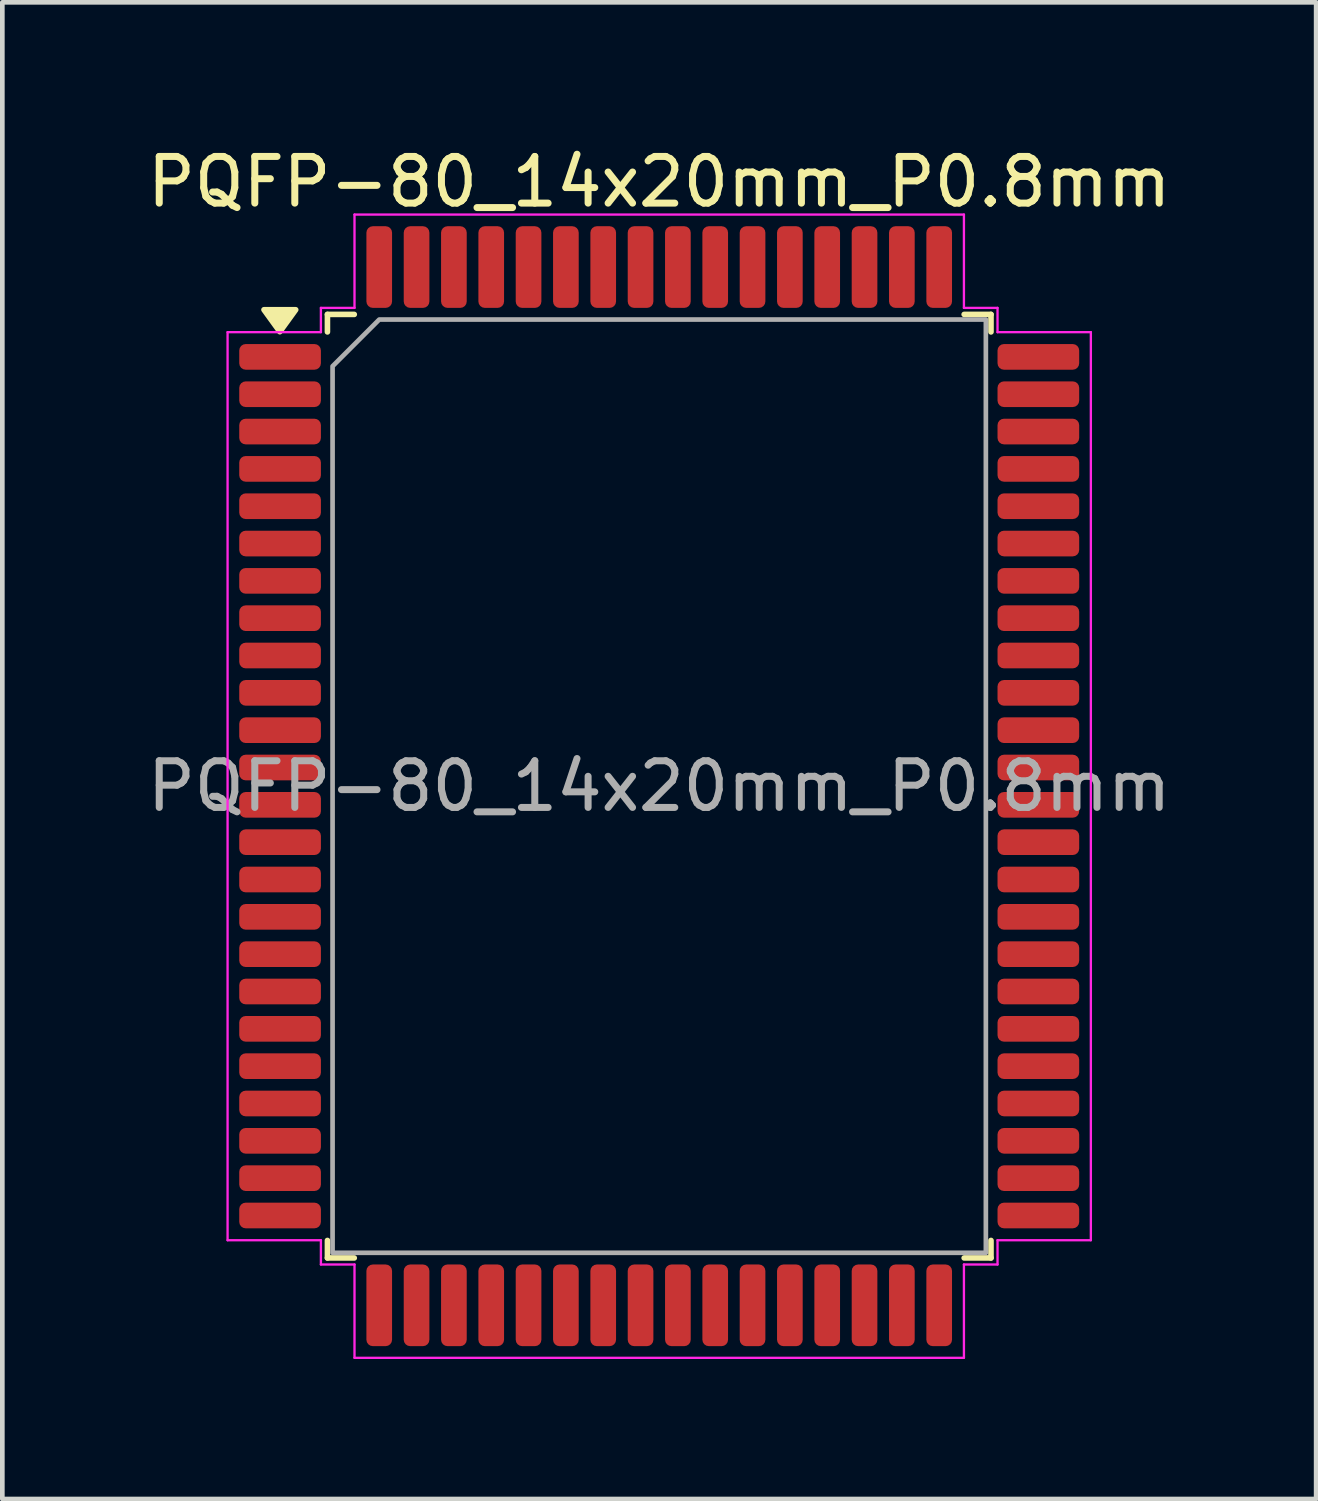
<source format=kicad_pcb>
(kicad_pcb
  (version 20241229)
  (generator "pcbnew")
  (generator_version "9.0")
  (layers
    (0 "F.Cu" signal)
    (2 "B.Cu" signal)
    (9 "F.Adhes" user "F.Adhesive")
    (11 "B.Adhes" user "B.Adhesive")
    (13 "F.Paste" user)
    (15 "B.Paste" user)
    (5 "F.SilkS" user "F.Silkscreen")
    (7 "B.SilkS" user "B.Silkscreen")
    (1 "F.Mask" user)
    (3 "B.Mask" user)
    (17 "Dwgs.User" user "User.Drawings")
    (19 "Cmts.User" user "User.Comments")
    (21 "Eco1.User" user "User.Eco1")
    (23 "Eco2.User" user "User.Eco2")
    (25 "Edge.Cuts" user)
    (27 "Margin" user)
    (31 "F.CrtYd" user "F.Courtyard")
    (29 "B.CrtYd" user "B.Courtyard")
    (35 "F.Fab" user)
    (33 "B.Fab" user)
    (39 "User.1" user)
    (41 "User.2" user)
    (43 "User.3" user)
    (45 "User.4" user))
  (footprint "PQFP-80_14x20mm_P0.8mm"
    (layer "F.Cu")
    (at 11.077 13.798)
    (property "Reference" "PQFP-80_14x20mm_P0.8mm" (at 0 -12.95 0) (layer "F.SilkS") (effects (font (size 1 1) (thickness 0.15))))
    (attr smd)
    (fp_line (start -7.11 -10.11) (end -6.535 -10.11) (stroke (width 0.12) (type solid)) (layer "F.SilkS"))
    (fp_line (start -7.11 -9.735) (end -7.11 -10.11) (stroke (width 0.12) (type solid)) (layer "F.SilkS"))
    (fp_line (start -7.11 10.11) (end -7.11 9.735) (stroke (width 0.12) (type solid)) (layer "F.SilkS"))
    (fp_line (start -6.535 10.11) (end -7.11 10.11) (stroke (width 0.12) (type solid)) (layer "F.SilkS"))
    (fp_line (start 6.535 -10.11) (end 7.11 -10.11) (stroke (width 0.12) (type solid)) (layer "F.SilkS"))
    (fp_line (start 7.11 -10.11) (end 7.11 -9.735) (stroke (width 0.12) (type solid)) (layer "F.SilkS"))
    (fp_line (start 7.11 9.735) (end 7.11 10.11) (stroke (width 0.12) (type solid)) (layer "F.SilkS"))
    (fp_line (start 7.11 10.11) (end 6.535 10.11) (stroke (width 0.12) (type solid)) (layer "F.SilkS"))
    (fp_poly (pts (xy -8.13 -9.74) (xy -8.47 -10.21) (xy -7.79 -10.21)) (stroke (width 0.12) (type solid)) (fill yes) (layer "F.SilkS"))
    (fp_line (start -9.25 -9.73) (end -7.25 -9.73) (stroke (width 0.05) (type solid)) (layer "F.CrtYd"))
    (fp_line (start -9.25 9.73) (end -9.25 -9.73) (stroke (width 0.05) (type solid)) (layer "F.CrtYd"))
    (fp_line (start -7.25 -10.25) (end -6.53 -10.25) (stroke (width 0.05) (type solid)) (layer "F.CrtYd"))
    (fp_line (start -7.25 -9.73) (end -7.25 -10.25) (stroke (width 0.05) (type solid)) (layer "F.CrtYd"))
    (fp_line (start -7.25 9.73) (end -9.25 9.73) (stroke (width 0.05) (type solid)) (layer "F.CrtYd"))
    (fp_line (start -7.25 10.25) (end -7.25 9.73) (stroke (width 0.05) (type solid)) (layer "F.CrtYd"))
    (fp_line (start -6.53 -12.25) (end 6.53 -12.25) (stroke (width 0.05) (type solid)) (layer "F.CrtYd"))
    (fp_line (start -6.53 -10.25) (end -6.53 -12.25) (stroke (width 0.05) (type solid)) (layer "F.CrtYd"))
    (fp_line (start -6.53 10.25) (end -7.25 10.25) (stroke (width 0.05) (type solid)) (layer "F.CrtYd"))
    (fp_line (start -6.53 12.25) (end -6.53 10.25) (stroke (width 0.05) (type solid)) (layer "F.CrtYd"))
    (fp_line (start 6.53 -12.25) (end 6.53 -10.25) (stroke (width 0.05) (type solid)) (layer "F.CrtYd"))
    (fp_line (start 6.53 -10.25) (end 7.25 -10.25) (stroke (width 0.05) (type solid)) (layer "F.CrtYd"))
    (fp_line (start 6.53 10.25) (end 6.53 12.25) (stroke (width 0.05) (type solid)) (layer "F.CrtYd"))
    (fp_line (start 6.53 12.25) (end -6.53 12.25) (stroke (width 0.05) (type solid)) (layer "F.CrtYd"))
    (fp_line (start 7.25 -10.25) (end 7.25 -9.73) (stroke (width 0.05) (type solid)) (layer "F.CrtYd"))
    (fp_line (start 7.25 -9.73) (end 9.25 -9.73) (stroke (width 0.05) (type solid)) (layer "F.CrtYd"))
    (fp_line (start 7.25 9.73) (end 7.25 10.25) (stroke (width 0.05) (type solid)) (layer "F.CrtYd"))
    (fp_line (start 7.25 10.25) (end 6.53 10.25) (stroke (width 0.05) (type solid)) (layer "F.CrtYd"))
    (fp_line (start 9.25 -9.73) (end 9.25 9.73) (stroke (width 0.05) (type solid)) (layer "F.CrtYd"))
    (fp_line (start 9.25 9.73) (end 7.25 9.73) (stroke (width 0.05) (type solid)) (layer "F.CrtYd"))
    (fp_poly (pts (xy -7 -9) (xy -7 10) (xy 7 10) (xy 7 -10) (xy -6 -10)) (stroke (width 0.1) (type solid)) (fill no) (layer "F.Fab"))
    (fp_text user "${REFERENCE}" (at 0 0 0) (layer "F.Fab") (effects (font (size 1 1) (thickness 0.15))))
    (pad "1" smd roundrect (at -8.125 -9.2) (size 1.75 0.55) (layers "F.Cu" "F.Mask" "F.Paste") (roundrect_rratio 0.25))
    (pad "2" smd roundrect (at -8.125 -8.4) (size 1.75 0.55) (layers "F.Cu" "F.Mask" "F.Paste") (roundrect_rratio 0.25))
    (pad "3" smd roundrect (at -8.125 -7.6) (size 1.75 0.55) (layers "F.Cu" "F.Mask" "F.Paste") (roundrect_rratio 0.25))
    (pad "4" smd roundrect (at -8.125 -6.8) (size 1.75 0.55) (layers "F.Cu" "F.Mask" "F.Paste") (roundrect_rratio 0.25))
    (pad "5" smd roundrect (at -8.125 -6) (size 1.75 0.55) (layers "F.Cu" "F.Mask" "F.Paste") (roundrect_rratio 0.25))
    (pad "6" smd roundrect (at -8.125 -5.2) (size 1.75 0.55) (layers "F.Cu" "F.Mask" "F.Paste") (roundrect_rratio 0.25))
    (pad "7" smd roundrect (at -8.125 -4.4) (size 1.75 0.55) (layers "F.Cu" "F.Mask" "F.Paste") (roundrect_rratio 0.25))
    (pad "8" smd roundrect (at -8.125 -3.6) (size 1.75 0.55) (layers "F.Cu" "F.Mask" "F.Paste") (roundrect_rratio 0.25))
    (pad "9" smd roundrect (at -8.125 -2.8) (size 1.75 0.55) (layers "F.Cu" "F.Mask" "F.Paste") (roundrect_rratio 0.25))
    (pad "10" smd roundrect (at -8.125 -2) (size 1.75 0.55) (layers "F.Cu" "F.Mask" "F.Paste") (roundrect_rratio 0.25))
    (pad "11" smd roundrect (at -8.125 -1.2) (size 1.75 0.55) (layers "F.Cu" "F.Mask" "F.Paste") (roundrect_rratio 0.25))
    (pad "12" smd roundrect (at -8.125 -0.4) (size 1.75 0.55) (layers "F.Cu" "F.Mask" "F.Paste") (roundrect_rratio 0.25))
    (pad "13" smd roundrect (at -8.125 0.4) (size 1.75 0.55) (layers "F.Cu" "F.Mask" "F.Paste") (roundrect_rratio 0.25))
    (pad "14" smd roundrect (at -8.125 1.2) (size 1.75 0.55) (layers "F.Cu" "F.Mask" "F.Paste") (roundrect_rratio 0.25))
    (pad "15" smd roundrect (at -8.125 2) (size 1.75 0.55) (layers "F.Cu" "F.Mask" "F.Paste") (roundrect_rratio 0.25))
    (pad "16" smd roundrect (at -8.125 2.8) (size 1.75 0.55) (layers "F.Cu" "F.Mask" "F.Paste") (roundrect_rratio 0.25))
    (pad "17" smd roundrect (at -8.125 3.6) (size 1.75 0.55) (layers "F.Cu" "F.Mask" "F.Paste") (roundrect_rratio 0.25))
    (pad "18" smd roundrect (at -8.125 4.4) (size 1.75 0.55) (layers "F.Cu" "F.Mask" "F.Paste") (roundrect_rratio 0.25))
    (pad "19" smd roundrect (at -8.125 5.2) (size 1.75 0.55) (layers "F.Cu" "F.Mask" "F.Paste") (roundrect_rratio 0.25))
    (pad "20" smd roundrect (at -8.125 6) (size 1.75 0.55) (layers "F.Cu" "F.Mask" "F.Paste") (roundrect_rratio 0.25))
    (pad "21" smd roundrect (at -8.125 6.8) (size 1.75 0.55) (layers "F.Cu" "F.Mask" "F.Paste") (roundrect_rratio 0.25))
    (pad "22" smd roundrect (at -8.125 7.6) (size 1.75 0.55) (layers "F.Cu" "F.Mask" "F.Paste") (roundrect_rratio 0.25))
    (pad "23" smd roundrect (at -8.125 8.4) (size 1.75 0.55) (layers "F.Cu" "F.Mask" "F.Paste") (roundrect_rratio 0.25))
    (pad "24" smd roundrect (at -8.125 9.2) (size 1.75 0.55) (layers "F.Cu" "F.Mask" "F.Paste") (roundrect_rratio 0.25))
    (pad "25" smd roundrect (at -6 11.125) (size 0.55 1.75) (layers "F.Cu" "F.Mask" "F.Paste") (roundrect_rratio 0.25))
    (pad "26" smd roundrect (at -5.2 11.125) (size 0.55 1.75) (layers "F.Cu" "F.Mask" "F.Paste") (roundrect_rratio 0.25))
    (pad "27" smd roundrect (at -4.4 11.125) (size 0.55 1.75) (layers "F.Cu" "F.Mask" "F.Paste") (roundrect_rratio 0.25))
    (pad "28" smd roundrect (at -3.6 11.125) (size 0.55 1.75) (layers "F.Cu" "F.Mask" "F.Paste") (roundrect_rratio 0.25))
    (pad "29" smd roundrect (at -2.8 11.125) (size 0.55 1.75) (layers "F.Cu" "F.Mask" "F.Paste") (roundrect_rratio 0.25))
    (pad "30" smd roundrect (at -2 11.125) (size 0.55 1.75) (layers "F.Cu" "F.Mask" "F.Paste") (roundrect_rratio 0.25))
    (pad "31" smd roundrect (at -1.2 11.125) (size 0.55 1.75) (layers "F.Cu" "F.Mask" "F.Paste") (roundrect_rratio 0.25))
    (pad "32" smd roundrect (at -0.4 11.125) (size 0.55 1.75) (layers "F.Cu" "F.Mask" "F.Paste") (roundrect_rratio 0.25))
    (pad "33" smd roundrect (at 0.4 11.125) (size 0.55 1.75) (layers "F.Cu" "F.Mask" "F.Paste") (roundrect_rratio 0.25))
    (pad "34" smd roundrect (at 1.2 11.125) (size 0.55 1.75) (layers "F.Cu" "F.Mask" "F.Paste") (roundrect_rratio 0.25))
    (pad "35" smd roundrect (at 2 11.125) (size 0.55 1.75) (layers "F.Cu" "F.Mask" "F.Paste") (roundrect_rratio 0.25))
    (pad "36" smd roundrect (at 2.8 11.125) (size 0.55 1.75) (layers "F.Cu" "F.Mask" "F.Paste") (roundrect_rratio 0.25))
    (pad "37" smd roundrect (at 3.6 11.125) (size 0.55 1.75) (layers "F.Cu" "F.Mask" "F.Paste") (roundrect_rratio 0.25))
    (pad "38" smd roundrect (at 4.4 11.125) (size 0.55 1.75) (layers "F.Cu" "F.Mask" "F.Paste") (roundrect_rratio 0.25))
    (pad "39" smd roundrect (at 5.2 11.125) (size 0.55 1.75) (layers "F.Cu" "F.Mask" "F.Paste") (roundrect_rratio 0.25))
    (pad "40" smd roundrect (at 6 11.125) (size 0.55 1.75) (layers "F.Cu" "F.Mask" "F.Paste") (roundrect_rratio 0.25))
    (pad "41" smd roundrect (at 8.125 9.2) (size 1.75 0.55) (layers "F.Cu" "F.Mask" "F.Paste") (roundrect_rratio 0.25))
    (pad "42" smd roundrect (at 8.125 8.4) (size 1.75 0.55) (layers "F.Cu" "F.Mask" "F.Paste") (roundrect_rratio 0.25))
    (pad "43" smd roundrect (at 8.125 7.6) (size 1.75 0.55) (layers "F.Cu" "F.Mask" "F.Paste") (roundrect_rratio 0.25))
    (pad "44" smd roundrect (at 8.125 6.8) (size 1.75 0.55) (layers "F.Cu" "F.Mask" "F.Paste") (roundrect_rratio 0.25))
    (pad "45" smd roundrect (at 8.125 6) (size 1.75 0.55) (layers "F.Cu" "F.Mask" "F.Paste") (roundrect_rratio 0.25))
    (pad "46" smd roundrect (at 8.125 5.2) (size 1.75 0.55) (layers "F.Cu" "F.Mask" "F.Paste") (roundrect_rratio 0.25))
    (pad "47" smd roundrect (at 8.125 4.4) (size 1.75 0.55) (layers "F.Cu" "F.Mask" "F.Paste") (roundrect_rratio 0.25))
    (pad "48" smd roundrect (at 8.125 3.6) (size 1.75 0.55) (layers "F.Cu" "F.Mask" "F.Paste") (roundrect_rratio 0.25))
    (pad "49" smd roundrect (at 8.125 2.8) (size 1.75 0.55) (layers "F.Cu" "F.Mask" "F.Paste") (roundrect_rratio 0.25))
    (pad "50" smd roundrect (at 8.125 2) (size 1.75 0.55) (layers "F.Cu" "F.Mask" "F.Paste") (roundrect_rratio 0.25))
    (pad "51" smd roundrect (at 8.125 1.2) (size 1.75 0.55) (layers "F.Cu" "F.Mask" "F.Paste") (roundrect_rratio 0.25))
    (pad "52" smd roundrect (at 8.125 0.4) (size 1.75 0.55) (layers "F.Cu" "F.Mask" "F.Paste") (roundrect_rratio 0.25))
    (pad "53" smd roundrect (at 8.125 -0.4) (size 1.75 0.55) (layers "F.Cu" "F.Mask" "F.Paste") (roundrect_rratio 0.25))
    (pad "54" smd roundrect (at 8.125 -1.2) (size 1.75 0.55) (layers "F.Cu" "F.Mask" "F.Paste") (roundrect_rratio 0.25))
    (pad "55" smd roundrect (at 8.125 -2) (size 1.75 0.55) (layers "F.Cu" "F.Mask" "F.Paste") (roundrect_rratio 0.25))
    (pad "56" smd roundrect (at 8.125 -2.8) (size 1.75 0.55) (layers "F.Cu" "F.Mask" "F.Paste") (roundrect_rratio 0.25))
    (pad "57" smd roundrect (at 8.125 -3.6) (size 1.75 0.55) (layers "F.Cu" "F.Mask" "F.Paste") (roundrect_rratio 0.25))
    (pad "58" smd roundrect (at 8.125 -4.4) (size 1.75 0.55) (layers "F.Cu" "F.Mask" "F.Paste") (roundrect_rratio 0.25))
    (pad "59" smd roundrect (at 8.125 -5.2) (size 1.75 0.55) (layers "F.Cu" "F.Mask" "F.Paste") (roundrect_rratio 0.25))
    (pad "60" smd roundrect (at 8.125 -6) (size 1.75 0.55) (layers "F.Cu" "F.Mask" "F.Paste") (roundrect_rratio 0.25))
    (pad "61" smd roundrect (at 8.125 -6.8) (size 1.75 0.55) (layers "F.Cu" "F.Mask" "F.Paste") (roundrect_rratio 0.25))
    (pad "62" smd roundrect (at 8.125 -7.6) (size 1.75 0.55) (layers "F.Cu" "F.Mask" "F.Paste") (roundrect_rratio 0.25))
    (pad "63" smd roundrect (at 8.125 -8.4) (size 1.75 0.55) (layers "F.Cu" "F.Mask" "F.Paste") (roundrect_rratio 0.25))
    (pad "64" smd roundrect (at 8.125 -9.2) (size 1.75 0.55) (layers "F.Cu" "F.Mask" "F.Paste") (roundrect_rratio 0.25))
    (pad "65" smd roundrect (at 6 -11.125) (size 0.55 1.75) (layers "F.Cu" "F.Mask" "F.Paste") (roundrect_rratio 0.25))
    (pad "66" smd roundrect (at 5.2 -11.125) (size 0.55 1.75) (layers "F.Cu" "F.Mask" "F.Paste") (roundrect_rratio 0.25))
    (pad "67" smd roundrect (at 4.4 -11.125) (size 0.55 1.75) (layers "F.Cu" "F.Mask" "F.Paste") (roundrect_rratio 0.25))
    (pad "68" smd roundrect (at 3.6 -11.125) (size 0.55 1.75) (layers "F.Cu" "F.Mask" "F.Paste") (roundrect_rratio 0.25))
    (pad "69" smd roundrect (at 2.8 -11.125) (size 0.55 1.75) (layers "F.Cu" "F.Mask" "F.Paste") (roundrect_rratio 0.25))
    (pad "70" smd roundrect (at 2 -11.125) (size 0.55 1.75) (layers "F.Cu" "F.Mask" "F.Paste") (roundrect_rratio 0.25))
    (pad "71" smd roundrect (at 1.2 -11.125) (size 0.55 1.75) (layers "F.Cu" "F.Mask" "F.Paste") (roundrect_rratio 0.25))
    (pad "72" smd roundrect (at 0.4 -11.125) (size 0.55 1.75) (layers "F.Cu" "F.Mask" "F.Paste") (roundrect_rratio 0.25))
    (pad "73" smd roundrect (at -0.4 -11.125) (size 0.55 1.75) (layers "F.Cu" "F.Mask" "F.Paste") (roundrect_rratio 0.25))
    (pad "74" smd roundrect (at -1.2 -11.125) (size 0.55 1.75) (layers "F.Cu" "F.Mask" "F.Paste") (roundrect_rratio 0.25))
    (pad "75" smd roundrect (at -2 -11.125) (size 0.55 1.75) (layers "F.Cu" "F.Mask" "F.Paste") (roundrect_rratio 0.25))
    (pad "76" smd roundrect (at -2.8 -11.125) (size 0.55 1.75) (layers "F.Cu" "F.Mask" "F.Paste") (roundrect_rratio 0.25))
    (pad "77" smd roundrect (at -3.6 -11.125) (size 0.55 1.75) (layers "F.Cu" "F.Mask" "F.Paste") (roundrect_rratio 0.25))
    (pad "78" smd roundrect (at -4.4 -11.125) (size 0.55 1.75) (layers "F.Cu" "F.Mask" "F.Paste") (roundrect_rratio 0.25))
    (pad "79" smd roundrect (at -5.2 -11.125) (size 0.55 1.75) (layers "F.Cu" "F.Mask" "F.Paste") (roundrect_rratio 0.25))
    (pad "80" smd roundrect (at -6 -11.125) (size 0.55 1.75) (layers "F.Cu" "F.Mask" "F.Paste") (roundrect_rratio 0.25)))
  (gr_rect
    (start -3 -3)
    (end 25.155 29.073)
    (stroke (width 0.1) (type default))
    (fill no)
    (layer "Edge.Cuts")))
</source>
